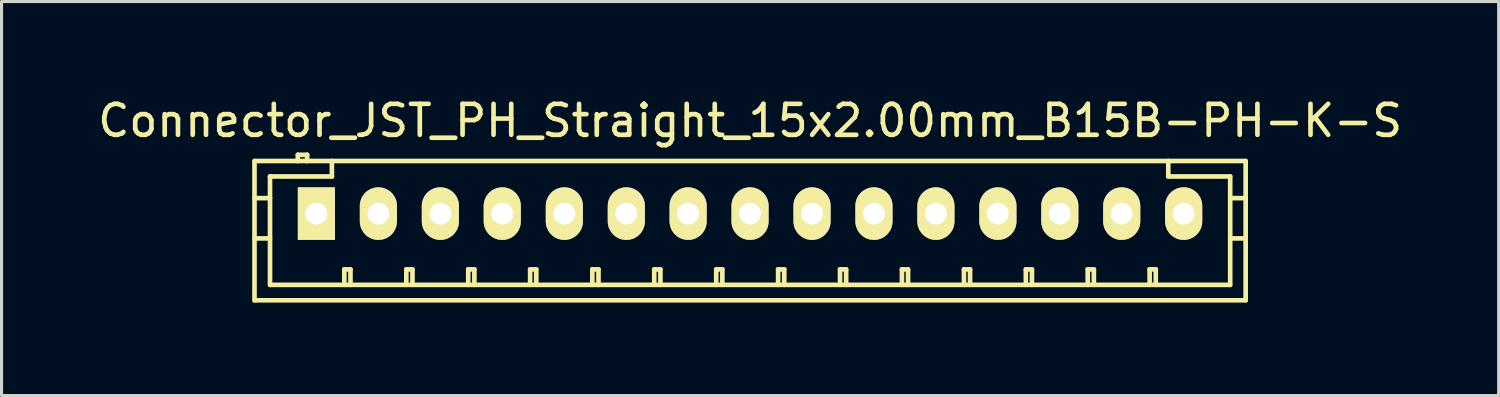
<source format=kicad_pcb>
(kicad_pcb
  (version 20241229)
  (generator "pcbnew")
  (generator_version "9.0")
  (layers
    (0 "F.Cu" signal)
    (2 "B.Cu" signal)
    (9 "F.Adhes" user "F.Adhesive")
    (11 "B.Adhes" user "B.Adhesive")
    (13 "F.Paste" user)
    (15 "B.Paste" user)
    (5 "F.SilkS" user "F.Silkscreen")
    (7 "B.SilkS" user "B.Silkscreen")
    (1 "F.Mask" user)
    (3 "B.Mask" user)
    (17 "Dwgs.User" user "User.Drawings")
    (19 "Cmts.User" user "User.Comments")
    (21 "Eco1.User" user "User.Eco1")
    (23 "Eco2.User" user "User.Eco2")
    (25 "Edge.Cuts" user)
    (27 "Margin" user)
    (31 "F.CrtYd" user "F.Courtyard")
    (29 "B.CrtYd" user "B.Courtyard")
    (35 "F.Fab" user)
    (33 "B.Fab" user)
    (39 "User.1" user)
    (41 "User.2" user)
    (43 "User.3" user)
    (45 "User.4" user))
  (footprint "Connector_JST_PH_Straight_15x2.00mm_B15B-PH-K-S"
    (layer "F.Cu")
    (at 7.173 3.848)
    (property "Reference" "Connector_JST_PH_Straight_15x2.00mm_B15B-PH-K-S" (at 14 -3 0) (layer "F.SilkS") (effects (font (size 1 1) (thickness 0.15))))
    (attr through_hole)
    (fp_line (start -2.005 -1.699) (end -2.005 2.799) (stroke (width 0.15) (type solid)) (layer "F.SilkS"))
    (fp_line (start -1.504 -1.199) (end -1.504 2.301) (stroke (width 0.15) (type solid)) (layer "F.SilkS"))
    (fp_line (start -1.504 -0.5) (end -2.005 -0.5) (stroke (width 0.15) (type solid)) (layer "F.SilkS"))
    (fp_line (start -1.504 0.8) (end -2.005 0.8) (stroke (width 0.15) (type solid)) (layer "F.SilkS"))
    (fp_line (start -1.499 2.301) (end 29.499 2.301) (stroke (width 0.15) (type solid)) (layer "F.SilkS"))
    (fp_line (start -0.605 -1.9) (end -0.605 -1.699) (stroke (width 0.15) (type solid)) (layer "F.SilkS"))
    (fp_line (start -0.305 -1.9) (end -0.605 -1.9) (stroke (width 0.15) (type solid)) (layer "F.SilkS"))
    (fp_line (start -0.305 -1.699) (end -0.305 -1.9) (stroke (width 0.15) (type solid)) (layer "F.SilkS"))
    (fp_line (start 0.495 -1.699) (end 0.495 -1.199) (stroke (width 0.15) (type solid)) (layer "F.SilkS"))
    (fp_line (start 0.495 -1.199) (end -1.504 -1.199) (stroke (width 0.15) (type solid)) (layer "F.SilkS"))
    (fp_line (start 0.896 1.801) (end 1.094 1.801) (stroke (width 0.15) (type solid)) (layer "F.SilkS"))
    (fp_line (start 0.896 2.301) (end 0.896 1.801) (stroke (width 0.15) (type solid)) (layer "F.SilkS"))
    (fp_line (start 1.094 1.801) (end 1.094 2.301) (stroke (width 0.15) (type solid)) (layer "F.SilkS"))
    (fp_line (start 2.898 1.801) (end 3.096 1.801) (stroke (width 0.15) (type solid)) (layer "F.SilkS"))
    (fp_line (start 2.898 2.301) (end 2.898 1.801) (stroke (width 0.15) (type solid)) (layer "F.SilkS"))
    (fp_line (start 3.096 1.801) (end 3.096 2.301) (stroke (width 0.15) (type solid)) (layer "F.SilkS"))
    (fp_line (start 4.897 1.801) (end 5.095 1.801) (stroke (width 0.15) (type solid)) (layer "F.SilkS"))
    (fp_line (start 4.897 2.301) (end 4.897 1.801) (stroke (width 0.15) (type solid)) (layer "F.SilkS"))
    (fp_line (start 5.095 1.801) (end 5.095 2.301) (stroke (width 0.15) (type solid)) (layer "F.SilkS"))
    (fp_line (start 6.896 1.801) (end 7.094 1.801) (stroke (width 0.15) (type solid)) (layer "F.SilkS"))
    (fp_line (start 6.896 2.301) (end 6.896 1.801) (stroke (width 0.15) (type solid)) (layer "F.SilkS"))
    (fp_line (start 7.094 1.801) (end 7.094 2.301) (stroke (width 0.15) (type solid)) (layer "F.SilkS"))
    (fp_line (start 8.905 1.801) (end 9.103 1.801) (stroke (width 0.15) (type solid)) (layer "F.SilkS"))
    (fp_line (start 8.905 2.301) (end 8.905 1.801) (stroke (width 0.15) (type solid)) (layer "F.SilkS"))
    (fp_line (start 9.103 1.801) (end 9.103 2.301) (stroke (width 0.15) (type solid)) (layer "F.SilkS"))
    (fp_line (start 10.904 1.801) (end 11.102 1.801) (stroke (width 0.15) (type solid)) (layer "F.SilkS"))
    (fp_line (start 10.904 2.301) (end 10.904 1.801) (stroke (width 0.15) (type solid)) (layer "F.SilkS"))
    (fp_line (start 11.102 1.801) (end 11.102 2.301) (stroke (width 0.15) (type solid)) (layer "F.SilkS"))
    (fp_line (start 12.905 1.801) (end 13.103 1.801) (stroke (width 0.15) (type solid)) (layer "F.SilkS"))
    (fp_line (start 12.905 2.301) (end 12.905 1.801) (stroke (width 0.15) (type solid)) (layer "F.SilkS"))
    (fp_line (start 13.103 1.801) (end 13.103 2.301) (stroke (width 0.15) (type solid)) (layer "F.SilkS"))
    (fp_line (start 14.904 1.801) (end 15.102 1.801) (stroke (width 0.15) (type solid)) (layer "F.SilkS"))
    (fp_line (start 14.904 2.301) (end 14.904 1.801) (stroke (width 0.15) (type solid)) (layer "F.SilkS"))
    (fp_line (start 15.102 1.801) (end 15.102 2.301) (stroke (width 0.15) (type solid)) (layer "F.SilkS"))
    (fp_line (start 16.903 1.801) (end 17.101 1.801) (stroke (width 0.15) (type solid)) (layer "F.SilkS"))
    (fp_line (start 16.903 2.301) (end 16.903 1.801) (stroke (width 0.15) (type solid)) (layer "F.SilkS"))
    (fp_line (start 17.101 1.801) (end 17.101 2.301) (stroke (width 0.15) (type solid)) (layer "F.SilkS"))
    (fp_line (start 18.902 1.801) (end 19.1 1.801) (stroke (width 0.15) (type solid)) (layer "F.SilkS"))
    (fp_line (start 18.902 2.301) (end 18.902 1.801) (stroke (width 0.15) (type solid)) (layer "F.SilkS"))
    (fp_line (start 19.1 1.801) (end 19.1 2.301) (stroke (width 0.15) (type solid)) (layer "F.SilkS"))
    (fp_line (start 20.904 1.801) (end 21.102 1.801) (stroke (width 0.15) (type solid)) (layer "F.SilkS"))
    (fp_line (start 20.904 2.301) (end 20.904 1.801) (stroke (width 0.15) (type solid)) (layer "F.SilkS"))
    (fp_line (start 21.102 1.801) (end 21.102 2.301) (stroke (width 0.15) (type solid)) (layer "F.SilkS"))
    (fp_line (start 22.903 1.801) (end 23.101 1.801) (stroke (width 0.15) (type solid)) (layer "F.SilkS"))
    (fp_line (start 22.903 2.301) (end 22.903 1.801) (stroke (width 0.15) (type solid)) (layer "F.SilkS"))
    (fp_line (start 23.101 1.801) (end 23.101 2.301) (stroke (width 0.15) (type solid)) (layer "F.SilkS"))
    (fp_line (start 24.902 1.801) (end 25.1 1.801) (stroke (width 0.15) (type solid)) (layer "F.SilkS"))
    (fp_line (start 24.902 2.301) (end 24.902 1.801) (stroke (width 0.15) (type solid)) (layer "F.SilkS"))
    (fp_line (start 25.1 1.801) (end 25.1 2.301) (stroke (width 0.15) (type solid)) (layer "F.SilkS"))
    (fp_line (start 26.901 1.801) (end 27.099 1.801) (stroke (width 0.15) (type solid)) (layer "F.SilkS"))
    (fp_line (start 26.901 2.301) (end 26.901 1.801) (stroke (width 0.15) (type solid)) (layer "F.SilkS"))
    (fp_line (start 27.099 1.801) (end 27.099 2.301) (stroke (width 0.15) (type solid)) (layer "F.SilkS"))
    (fp_line (start 27.503 -1.199) (end 27.503 -1.699) (stroke (width 0.15) (type solid)) (layer "F.SilkS"))
    (fp_line (start 29.502 -1.199) (end 27.503 -1.199) (stroke (width 0.15) (type solid)) (layer "F.SilkS"))
    (fp_line (start 29.502 0.8) (end 30.002 0.8) (stroke (width 0.15) (type solid)) (layer "F.SilkS"))
    (fp_line (start 29.502 2.301) (end 29.502 -1.199) (stroke (width 0.15) (type solid)) (layer "F.SilkS"))
    (fp_line (start 29.999 -1.699) (end -1.999 -1.699) (stroke (width 0.15) (type solid)) (layer "F.SilkS"))
    (fp_line (start 29.999 2.799) (end -1.999 2.799) (stroke (width 0.15) (type solid)) (layer "F.SilkS"))
    (fp_line (start 30.002 -1.699) (end 30.002 2.799) (stroke (width 0.15) (type solid)) (layer "F.SilkS"))
    (fp_line (start 30.002 -0.5) (end 29.502 -0.5) (stroke (width 0.15) (type solid)) (layer "F.SilkS"))
    (pad "1" thru_hole rect (at -0.006 0) (size 1.199 1.699) (drill 0.701) (layers "*.Cu" "*.Mask" "F.SilkS"))
    (pad "2" thru_hole oval (at 1.996 0) (size 1.199 1.699) (drill 0.701) (layers "*.Cu" "*.Mask" "F.SilkS"))
    (pad "3" thru_hole oval (at 3.997 0) (size 1.199 1.699) (drill 0.701) (layers "*.Cu" "*.Mask" "F.SilkS"))
    (pad "4" thru_hole oval (at 5.996 0) (size 1.199 1.699) (drill 0.701) (layers "*.Cu" "*.Mask" "F.SilkS"))
    (pad "5" thru_hole oval (at 8.001 0) (size 1.199 1.699) (drill 0.701) (layers "*.Cu" "*.Mask" "F.SilkS"))
    (pad "6" thru_hole oval (at 10.002 0) (size 1.199 1.699) (drill 0.701) (layers "*.Cu" "*.Mask" "F.SilkS"))
    (pad "7" thru_hole oval (at 11.998 0) (size 1.199 1.699) (drill 0.701) (layers "*.Cu" "*.Mask" "F.SilkS"))
    (pad "8" thru_hole oval (at 13.997 0) (size 1.199 1.699) (drill 0.701) (layers "*.Cu" "*.Mask" "F.SilkS"))
    (pad "9" thru_hole oval (at 15.999 0) (size 1.199 1.699) (drill 0.701) (layers "*.Cu" "*.Mask" "F.SilkS"))
    (pad "10" thru_hole oval (at 17.998 0) (size 1.199 1.699) (drill 0.701) (layers "*.Cu" "*.Mask" "F.SilkS"))
    (pad "11" thru_hole oval (at 19.999 0) (size 1.199 1.699) (drill 0.701) (layers "*.Cu" "*.Mask" "F.SilkS"))
    (pad "12" thru_hole oval (at 22.001 0) (size 1.199 1.699) (drill 0.701) (layers "*.Cu" "*.Mask" "F.SilkS"))
    (pad "13" thru_hole oval (at 24 0) (size 1.199 1.699) (drill 0.701) (layers "*.Cu" "*.Mask" "F.SilkS"))
    (pad "14" thru_hole oval (at 25.999 0) (size 1.199 1.699) (drill 0.701) (layers "*.Cu" "*.Mask" "F.SilkS"))
    (pad "15" thru_hole oval (at 28 0) (size 1.199 1.699) (drill 0.701) (layers "*.Cu" "*.Mask" "F.SilkS")))
  (gr_rect
    (start -3 -3)
    (end 45.345 9.722)
    (stroke (width 0.1) (type default))
    (fill no)
    (layer "Edge.Cuts")))
</source>
